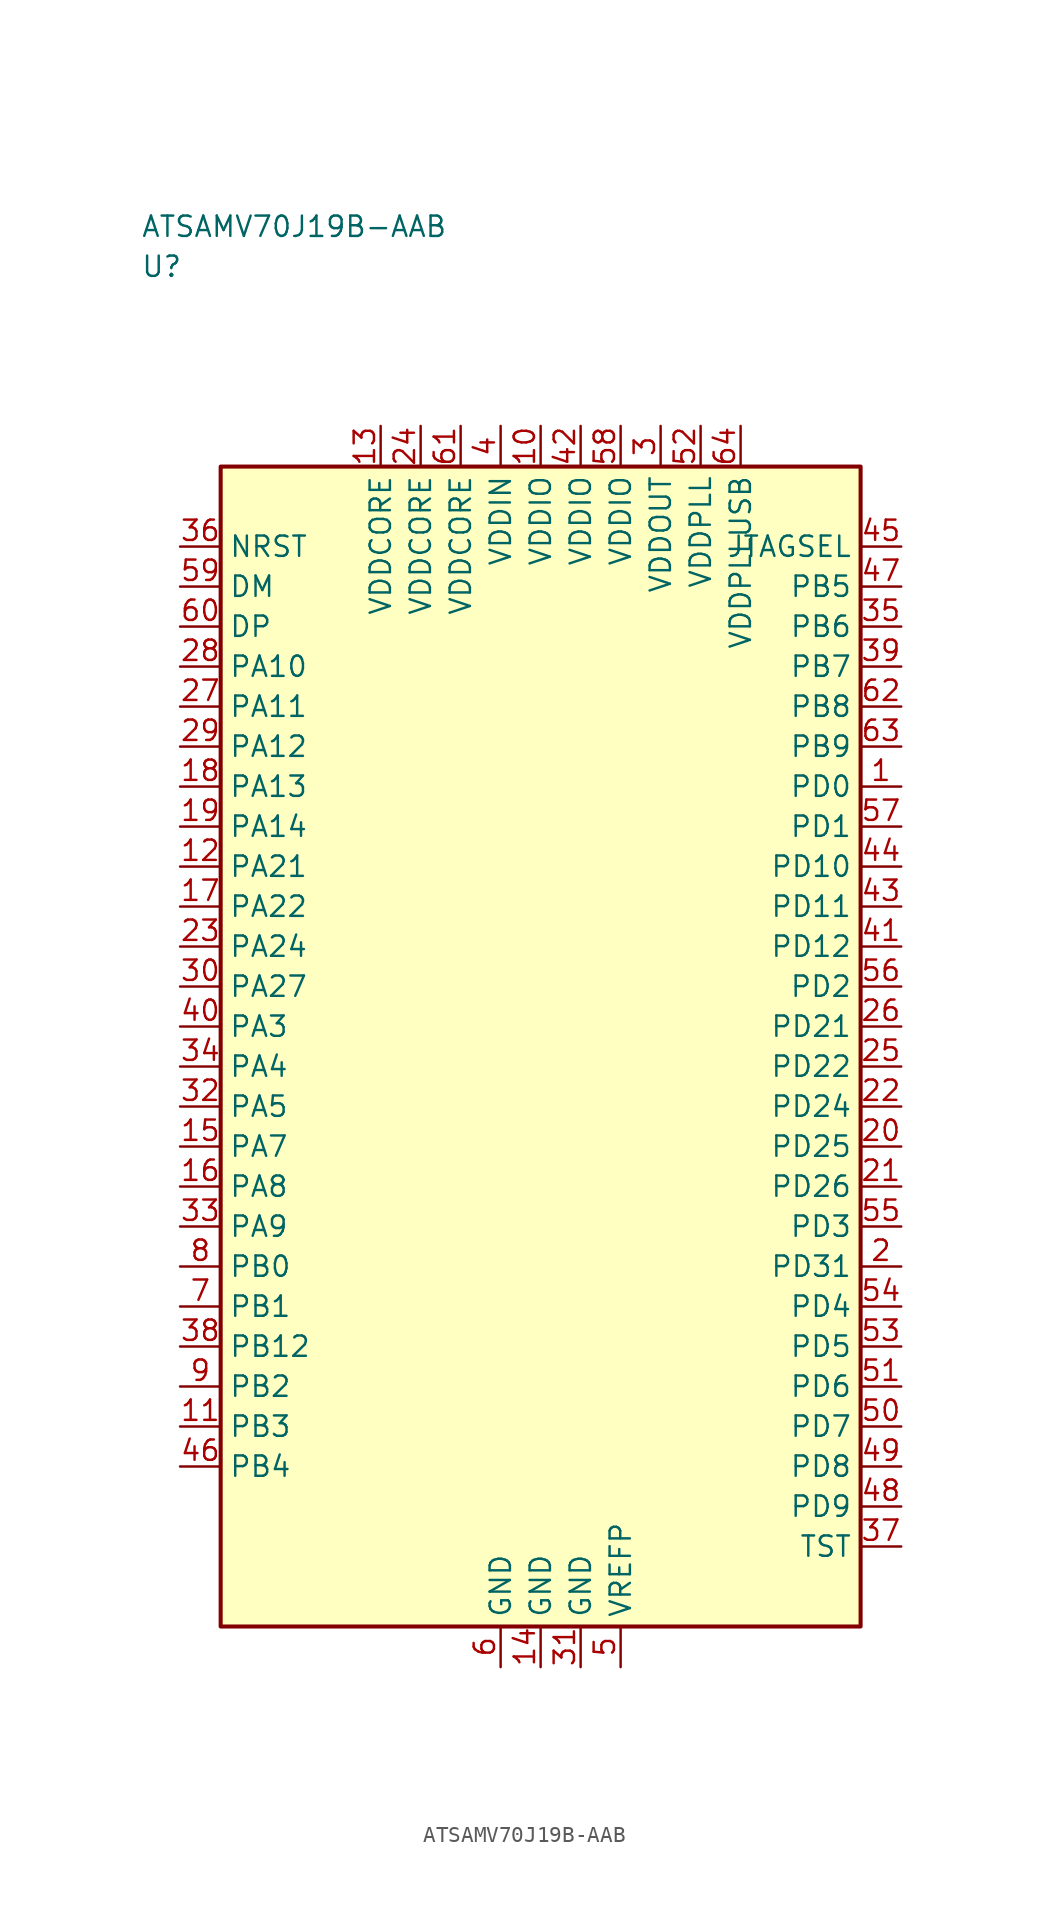
<source format=kicad_sym>
(kicad_symbol_lib
  (version 20241025)
  (generator "kicad_symbol_editor")
  (generator_version "8.0")
  (symbol "ATSAMV70J19B-AAB"
    (property "Reference" "U"
      (at -25.0 48.75 0)
      (effects (font (size 1.27 1.27)) (justify left)))
    (property "Value" "ATSAMV70J19B-AAB"
      (at -25.0 51.25 0)
      (effects (font (size 1.27 1.27)) (justify left)))
    (symbol "ATSAMV70J19B-AAB_0_1"
      (rectangle (start -20.0 36.25) (end 20.0 -36.25) (stroke (width 0.254) (type default)) (fill (type background))))
    (symbol "ATSAMV70J19B-AAB_1_1"
      (pin bidirectional line (at -22.54 1.25 0.0) (length 2.54) (name "PA3" (effects (font (size 1.27 1.27)))) (number "40" (effects (font (size 1.27 1.27)))))
      (pin bidirectional line (at -22.54 -1.25 0.0) (length 2.54) (name "PA4" (effects (font (size 1.27 1.27)))) (number "34" (effects (font (size 1.27 1.27)))))
      (pin bidirectional line (at -22.54 -3.75 0.0) (length 2.54) (name "PA5" (effects (font (size 1.27 1.27)))) (number "32" (effects (font (size 1.27 1.27)))))
      (pin bidirectional line (at -22.54 -6.25 0.0) (length 2.54) (name "PA7" (effects (font (size 1.27 1.27)))) (number "15" (effects (font (size 1.27 1.27)))))
      (pin bidirectional line (at -22.54 -8.75 0.0) (length 2.54) (name "PA8" (effects (font (size 1.27 1.27)))) (number "16" (effects (font (size 1.27 1.27)))))
      (pin bidirectional line (at -22.54 -11.25 0.0) (length 2.54) (name "PA9" (effects (font (size 1.27 1.27)))) (number "33" (effects (font (size 1.27 1.27)))))
      (pin bidirectional line (at -22.54 23.75 0.0) (length 2.54) (name "PA10" (effects (font (size 1.27 1.27)))) (number "28" (effects (font (size 1.27 1.27)))))
      (pin bidirectional line (at -22.54 21.25 0.0) (length 2.54) (name "PA11" (effects (font (size 1.27 1.27)))) (number "27" (effects (font (size 1.27 1.27)))))
      (pin bidirectional line (at -22.54 18.75 0.0) (length 2.54) (name "PA12" (effects (font (size 1.27 1.27)))) (number "29" (effects (font (size 1.27 1.27)))))
      (pin bidirectional line (at -22.54 16.25 0.0) (length 2.54) (name "PA13" (effects (font (size 1.27 1.27)))) (number "18" (effects (font (size 1.27 1.27)))))
      (pin bidirectional line (at -22.54 13.75 0.0) (length 2.54) (name "PA14" (effects (font (size 1.27 1.27)))) (number "19" (effects (font (size 1.27 1.27)))))
      (pin bidirectional line (at -22.54 11.25 0.0) (length 2.54) (name "PA21" (effects (font (size 1.27 1.27)))) (number "12" (effects (font (size 1.27 1.27)))))
      (pin bidirectional line (at -22.54 8.75 0.0) (length 2.54) (name "PA22" (effects (font (size 1.27 1.27)))) (number "17" (effects (font (size 1.27 1.27)))))
      (pin bidirectional line (at -22.54 6.25 0.0) (length 2.54) (name "PA24" (effects (font (size 1.27 1.27)))) (number "23" (effects (font (size 1.27 1.27)))))
      (pin bidirectional line (at -22.54 3.75 0.0) (length 2.54) (name "PA27" (effects (font (size 1.27 1.27)))) (number "30" (effects (font (size 1.27 1.27)))))
      (pin bidirectional line (at -22.54 -13.75 0.0) (length 2.54) (name "PB0" (effects (font (size 1.27 1.27)))) (number "8" (effects (font (size 1.27 1.27)))))
      (pin bidirectional line (at -22.54 -16.25 0.0) (length 2.54) (name "PB1" (effects (font (size 1.27 1.27)))) (number "7" (effects (font (size 1.27 1.27)))))
      (pin bidirectional line (at -22.54 -21.25 0.0) (length 2.54) (name "PB2" (effects (font (size 1.27 1.27)))) (number "9" (effects (font (size 1.27 1.27)))))
      (pin bidirectional line (at -22.54 -23.75 0.0) (length 2.54) (name "PB3" (effects (font (size 1.27 1.27)))) (number "11" (effects (font (size 1.27 1.27)))))
      (pin bidirectional line (at -22.54 -26.25 0.0) (length 2.54) (name "PB4" (effects (font (size 1.27 1.27)))) (number "46" (effects (font (size 1.27 1.27)))))
      (pin bidirectional line (at 22.54 28.75 180.0) (length 2.54) (name "PB5" (effects (font (size 1.27 1.27)))) (number "47" (effects (font (size 1.27 1.27)))))
      (pin bidirectional line (at 22.54 26.25 180.0) (length 2.54) (name "PB6" (effects (font (size 1.27 1.27)))) (number "35" (effects (font (size 1.27 1.27)))))
      (pin bidirectional line (at 22.54 23.75 180.0) (length 2.54) (name "PB7" (effects (font (size 1.27 1.27)))) (number "39" (effects (font (size 1.27 1.27)))))
      (pin bidirectional line (at 22.54 21.25 180.0) (length 2.54) (name "PB8" (effects (font (size 1.27 1.27)))) (number "62" (effects (font (size 1.27 1.27)))))
      (pin bidirectional line (at 22.54 18.75 180.0) (length 2.54) (name "PB9" (effects (font (size 1.27 1.27)))) (number "63" (effects (font (size 1.27 1.27)))))
      (pin bidirectional line (at -22.54 -18.75 0.0) (length 2.54) (name "PB12" (effects (font (size 1.27 1.27)))) (number "38" (effects (font (size 1.27 1.27)))))
      (pin bidirectional line (at 22.54 16.25 180.0) (length 2.54) (name "PD0" (effects (font (size 1.27 1.27)))) (number "1" (effects (font (size 1.27 1.27)))))
      (pin bidirectional line (at 22.54 13.75 180.0) (length 2.54) (name "PD1" (effects (font (size 1.27 1.27)))) (number "57" (effects (font (size 1.27 1.27)))))
      (pin bidirectional line (at 22.54 3.75 180.0) (length 2.54) (name "PD2" (effects (font (size 1.27 1.27)))) (number "56" (effects (font (size 1.27 1.27)))))
      (pin bidirectional line (at 22.54 -11.25 180.0) (length 2.54) (name "PD3" (effects (font (size 1.27 1.27)))) (number "55" (effects (font (size 1.27 1.27)))))
      (pin bidirectional line (at 22.54 -16.25 180.0) (length 2.54) (name "PD4" (effects (font (size 1.27 1.27)))) (number "54" (effects (font (size 1.27 1.27)))))
      (pin bidirectional line (at 22.54 -18.75 180.0) (length 2.54) (name "PD5" (effects (font (size 1.27 1.27)))) (number "53" (effects (font (size 1.27 1.27)))))
      (pin bidirectional line (at 22.54 -21.25 180.0) (length 2.54) (name "PD6" (effects (font (size 1.27 1.27)))) (number "51" (effects (font (size 1.27 1.27)))))
      (pin bidirectional line (at 22.54 -23.75 180.0) (length 2.54) (name "PD7" (effects (font (size 1.27 1.27)))) (number "50" (effects (font (size 1.27 1.27)))))
      (pin bidirectional line (at 22.54 -26.25 180.0) (length 2.54) (name "PD8" (effects (font (size 1.27 1.27)))) (number "49" (effects (font (size 1.27 1.27)))))
      (pin bidirectional line (at 22.54 -28.75 180.0) (length 2.54) (name "PD9" (effects (font (size 1.27 1.27)))) (number "48" (effects (font (size 1.27 1.27)))))
      (pin bidirectional line (at 22.54 11.25 180.0) (length 2.54) (name "PD10" (effects (font (size 1.27 1.27)))) (number "44" (effects (font (size 1.27 1.27)))))
      (pin bidirectional line (at 22.54 8.75 180.0) (length 2.54) (name "PD11" (effects (font (size 1.27 1.27)))) (number "43" (effects (font (size 1.27 1.27)))))
      (pin bidirectional line (at 22.54 6.25 180.0) (length 2.54) (name "PD12" (effects (font (size 1.27 1.27)))) (number "41" (effects (font (size 1.27 1.27)))))
      (pin bidirectional line (at 22.54 1.25 180.0) (length 2.54) (name "PD21" (effects (font (size 1.27 1.27)))) (number "26" (effects (font (size 1.27 1.27)))))
      (pin bidirectional line (at 22.54 -1.25 180.0) (length 2.54) (name "PD22" (effects (font (size 1.27 1.27)))) (number "25" (effects (font (size 1.27 1.27)))))
      (pin bidirectional line (at 22.54 -3.75 180.0) (length 2.54) (name "PD24" (effects (font (size 1.27 1.27)))) (number "22" (effects (font (size 1.27 1.27)))))
      (pin bidirectional line (at 22.54 -6.25 180.0) (length 2.54) (name "PD25" (effects (font (size 1.27 1.27)))) (number "20" (effects (font (size 1.27 1.27)))))
      (pin bidirectional line (at 22.54 -8.75 180.0) (length 2.54) (name "PD26" (effects (font (size 1.27 1.27)))) (number "21" (effects (font (size 1.27 1.27)))))
      (pin bidirectional line (at 22.54 -13.75 180.0) (length 2.54) (name "PD31" (effects (font (size 1.27 1.27)))) (number "2" (effects (font (size 1.27 1.27)))))
      (pin power_in line (at 7.5 38.79 270.0) (length 2.54) (name "VDDOUT" (effects (font (size 1.27 1.27)))) (number "3" (effects (font (size 1.27 1.27)))))
      (pin power_in line (at -2.5 38.79 270.0) (length 2.54) (name "VDDIN" (effects (font (size 1.27 1.27)))) (number "4" (effects (font (size 1.27 1.27)))))
      (pin passive line (at 5.0 -38.79 90.0) (length 2.54) (name "VREFP" (effects (font (size 1.27 1.27)))) (number "5" (effects (font (size 1.27 1.27)))))
      (pin input line (at -22.54 31.25 0.0) (length 2.54) (name "NRST" (effects (font (size 1.27 1.27)))) (number "36" (effects (font (size 1.27 1.27)))))
      (pin bidirectional line (at 22.54 -31.25 180.0) (length 2.54) (name "TST" (effects (font (size 1.27 1.27)))) (number "37" (effects (font (size 1.27 1.27)))))
      (pin power_in line (at 0.0 38.79 270.0) (length 2.54) (name "VDDIO" (effects (font (size 1.27 1.27)))) (number "10" (effects (font (size 1.27 1.27)))))
      (pin power_in line (at 2.5 38.79 270.0) (length 2.54) (name "VDDIO" (effects (font (size 1.27 1.27)))) (number "42" (effects (font (size 1.27 1.27)))))
      (pin power_in line (at 5.0 38.79 270.0) (length 2.54) (name "VDDIO" (effects (font (size 1.27 1.27)))) (number "58" (effects (font (size 1.27 1.27)))))
      (pin output line (at 22.54 31.25 180.0) (length 2.54) (name "JTAGSEL" (effects (font (size 1.27 1.27)))) (number "45" (effects (font (size 1.27 1.27)))))
      (pin power_in line (at -10.0 38.79 270.0) (length 2.54) (name "VDDCORE" (effects (font (size 1.27 1.27)))) (number "13" (effects (font (size 1.27 1.27)))))
      (pin power_in line (at -7.5 38.79 270.0) (length 2.54) (name "VDDCORE" (effects (font (size 1.27 1.27)))) (number "24" (effects (font (size 1.27 1.27)))))
      (pin power_in line (at -5.0 38.79 270.0) (length 2.54) (name "VDDCORE" (effects (font (size 1.27 1.27)))) (number "61" (effects (font (size 1.27 1.27)))))
      (pin power_in line (at 10.0 38.79 270.0) (length 2.54) (name "VDDPLL" (effects (font (size 1.27 1.27)))) (number "52" (effects (font (size 1.27 1.27)))))
      (pin bidirectional line (at -22.54 28.75 0.0) (length 2.54) (name "DM" (effects (font (size 1.27 1.27)))) (number "59" (effects (font (size 1.27 1.27)))))
      (pin bidirectional line (at -22.54 26.25 0.0) (length 2.54) (name "DP" (effects (font (size 1.27 1.27)))) (number "60" (effects (font (size 1.27 1.27)))))
      (pin passive line (at -2.5 -38.79 90.0) (length 2.54) (name "GND" (effects (font (size 1.27 1.27)))) (number "6" (effects (font (size 1.27 1.27)))))
      (pin passive line (at 0.0 -38.79 90.0) (length 2.54) (name "GND" (effects (font (size 1.27 1.27)))) (number "14" (effects (font (size 1.27 1.27)))))
      (pin passive line (at 2.5 -38.79 90.0) (length 2.54) (name "GND" (effects (font (size 1.27 1.27)))) (number "31" (effects (font (size 1.27 1.27)))))
      (pin power_in line (at 12.5 38.79 270.0) (length 2.54) (name "VDDPLLUSB" (effects (font (size 1.27 1.27)))) (number "64" (effects (font (size 1.27 1.27))))))))
</source>
